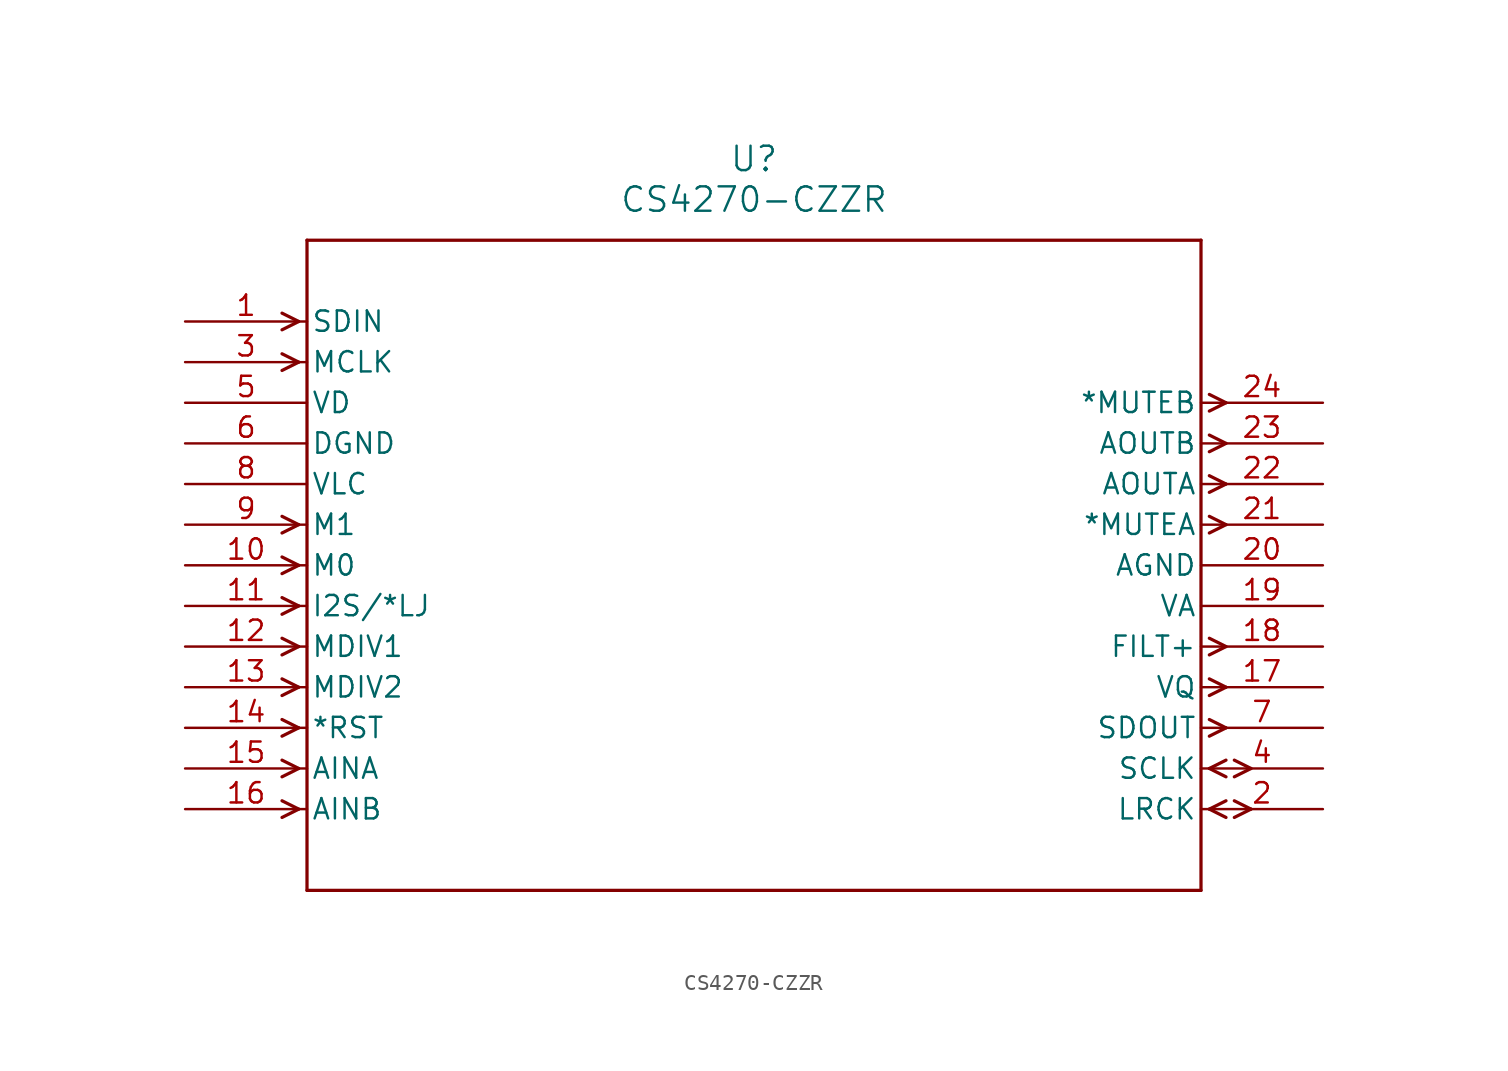
<source format=kicad_sym>
(kicad_symbol_lib
  (version 20211014)
  (generator kicad_symbol_editor)
  (symbol "CS4270-CZZR"
    (pin_names
      (offset 0.254))
    (property "Reference" "U"
      (at 35.56 10.16 0)
      (effects (font (size 1.524 1.524))))
    (property "Value" "CS4270-CZZR"
      (at 35.56 7.62 0)
      (effects (font (size 1.524 1.524))))
    (symbol "CS4270-CZZR_0_1"
      (polyline (pts (xy 7.099 0) (xy 6.058 0.521)) (stroke (width 0.203) (type default) (color 0 0 0 0)) (fill (type none)))
      (polyline (pts (xy 7.099 0) (xy 6.058 -0.521)) (stroke (width 0.203) (type default) (color 0 0 0 0)) (fill (type none)))
      (polyline (pts (xy 7.099 -2.54) (xy 6.058 -2.019)) (stroke (width 0.203) (type default) (color 0 0 0 0)) (fill (type none)))
      (polyline (pts (xy 7.099 -2.54) (xy 6.058 -3.061)) (stroke (width 0.203) (type default) (color 0 0 0 0)) (fill (type none)))
      (polyline (pts (xy 7.099 -12.7) (xy 6.058 -12.179)) (stroke (width 0.203) (type default) (color 0 0 0 0)) (fill (type none)))
      (polyline (pts (xy 7.099 -12.7) (xy 6.058 -13.221)) (stroke (width 0.203) (type default) (color 0 0 0 0)) (fill (type none)))
      (polyline (pts (xy 7.099 -15.24) (xy 6.058 -14.719)) (stroke (width 0.203) (type default) (color 0 0 0 0)) (fill (type none)))
      (polyline (pts (xy 7.099 -15.24) (xy 6.058 -15.761)) (stroke (width 0.203) (type default) (color 0 0 0 0)) (fill (type none)))
      (polyline (pts (xy 7.099 -17.78) (xy 6.058 -17.259)) (stroke (width 0.203) (type default) (color 0 0 0 0)) (fill (type none)))
      (polyline (pts (xy 7.099 -17.78) (xy 6.058 -18.301)) (stroke (width 0.203) (type default) (color 0 0 0 0)) (fill (type none)))
      (polyline (pts (xy 7.099 -20.32) (xy 6.058 -19.799)) (stroke (width 0.203) (type default) (color 0 0 0 0)) (fill (type none)))
      (polyline (pts (xy 7.099 -20.32) (xy 6.058 -20.841)) (stroke (width 0.203) (type default) (color 0 0 0 0)) (fill (type none)))
      (polyline (pts (xy 7.099 -22.86) (xy 6.058 -22.339)) (stroke (width 0.203) (type default) (color 0 0 0 0)) (fill (type none)))
      (polyline (pts (xy 7.099 -22.86) (xy 6.058 -23.381)) (stroke (width 0.203) (type default) (color 0 0 0 0)) (fill (type none)))
      (polyline (pts (xy 7.099 -25.4) (xy 6.058 -24.879)) (stroke (width 0.203) (type default) (color 0 0 0 0)) (fill (type none)))
      (polyline (pts (xy 7.099 -25.4) (xy 6.058 -25.921)) (stroke (width 0.203) (type default) (color 0 0 0 0)) (fill (type none)))
      (polyline (pts (xy 7.099 -27.94) (xy 6.058 -27.419)) (stroke (width 0.203) (type default) (color 0 0 0 0)) (fill (type none)))
      (polyline (pts (xy 7.099 -27.94) (xy 6.058 -28.461)) (stroke (width 0.203) (type default) (color 0 0 0 0)) (fill (type none)))
      (polyline (pts (xy 7.099 -30.48) (xy 6.058 -29.959)) (stroke (width 0.203) (type default) (color 0 0 0 0)) (fill (type none)))
      (polyline (pts (xy 7.099 -30.48) (xy 6.058 -31.001)) (stroke (width 0.203) (type default) (color 0 0 0 0)) (fill (type none)))
      (polyline (pts (xy 64.021 -30.48) (xy 65.062 -29.959)) (stroke (width 0.203) (type default) (color 0 0 0 0)) (fill (type none)))
      (polyline (pts (xy 64.021 -30.48) (xy 65.062 -31.001)) (stroke (width 0.203) (type default) (color 0 0 0 0)) (fill (type none)))
      (polyline (pts (xy 65.583 -29.959) (xy 66.624 -30.48)) (stroke (width 0.203) (type default) (color 0 0 0 0)) (fill (type none)))
      (polyline (pts (xy 65.583 -31.001) (xy 66.624 -30.48)) (stroke (width 0.203) (type default) (color 0 0 0 0)) (fill (type none)))
      (polyline (pts (xy 64.021 -27.94) (xy 65.062 -27.419)) (stroke (width 0.203) (type default) (color 0 0 0 0)) (fill (type none)))
      (polyline (pts (xy 64.021 -27.94) (xy 65.062 -28.461)) (stroke (width 0.203) (type default) (color 0 0 0 0)) (fill (type none)))
      (polyline (pts (xy 65.583 -27.419) (xy 66.624 -27.94)) (stroke (width 0.203) (type default) (color 0 0 0 0)) (fill (type none)))
      (polyline (pts (xy 65.583 -28.461) (xy 66.624 -27.94)) (stroke (width 0.203) (type default) (color 0 0 0 0)) (fill (type none)))
      (polyline (pts (xy 64.021 -24.879) (xy 65.062 -25.4)) (stroke (width 0.203) (type default) (color 0 0 0 0)) (fill (type none)))
      (polyline (pts (xy 64.021 -25.921) (xy 65.062 -25.4)) (stroke (width 0.203) (type default) (color 0 0 0 0)) (fill (type none)))
      (polyline (pts (xy 64.021 -22.339) (xy 65.062 -22.86)) (stroke (width 0.203) (type default) (color 0 0 0 0)) (fill (type none)))
      (polyline (pts (xy 64.021 -23.381) (xy 65.062 -22.86)) (stroke (width 0.203) (type default) (color 0 0 0 0)) (fill (type none)))
      (polyline (pts (xy 64.021 -19.799) (xy 65.062 -20.32)) (stroke (width 0.203) (type default) (color 0 0 0 0)) (fill (type none)))
      (polyline (pts (xy 64.021 -20.841) (xy 65.062 -20.32)) (stroke (width 0.203) (type default) (color 0 0 0 0)) (fill (type none)))
      (polyline (pts (xy 64.021 -12.179) (xy 65.062 -12.7)) (stroke (width 0.203) (type default) (color 0 0 0 0)) (fill (type none)))
      (polyline (pts (xy 64.021 -13.221) (xy 65.062 -12.7)) (stroke (width 0.203) (type default) (color 0 0 0 0)) (fill (type none)))
      (polyline (pts (xy 64.021 -9.639) (xy 65.062 -10.16)) (stroke (width 0.203) (type default) (color 0 0 0 0)) (fill (type none)))
      (polyline (pts (xy 64.021 -10.681) (xy 65.062 -10.16)) (stroke (width 0.203) (type default) (color 0 0 0 0)) (fill (type none)))
      (polyline (pts (xy 64.021 -7.099) (xy 65.062 -7.62)) (stroke (width 0.203) (type default) (color 0 0 0 0)) (fill (type none)))
      (polyline (pts (xy 64.021 -8.141) (xy 65.062 -7.62)) (stroke (width 0.203) (type default) (color 0 0 0 0)) (fill (type none)))
      (polyline (pts (xy 64.021 -4.559) (xy 65.062 -5.08)) (stroke (width 0.203) (type default) (color 0 0 0 0)) (fill (type none)))
      (polyline (pts (xy 64.021 -5.601) (xy 65.062 -5.08)) (stroke (width 0.203) (type default) (color 0 0 0 0)) (fill (type none)))
      (polyline (pts (xy 7.62 5.08) (xy 7.62 -35.56)) (stroke (width 0.203) (type default) (color 0 0 0 0)) (fill (type none)))
      (polyline (pts (xy 7.62 -35.56) (xy 63.5 -35.56)) (stroke (width 0.203) (type default) (color 0 0 0 0)) (fill (type none)))
      (polyline (pts (xy 63.5 -35.56) (xy 63.5 5.08)) (stroke (width 0.203) (type default) (color 0 0 0 0)) (fill (type none)))
      (polyline (pts (xy 63.5 5.08) (xy 7.62 5.08)) (stroke (width 0.203) (type default) (color 0 0 0 0)) (fill (type none)))
      (pin input line (at 0 0 0) (length 7.62) (name "SDIN" (effects (font (size 1.27 1.27)))) (number "1" (effects (font (size 1.27 1.27)))))
      (pin bidirectional line (at 71.12 -30.48 180) (length 7.62) (name "LRCK" (effects (font (size 1.27 1.27)))) (number "2" (effects (font (size 1.27 1.27)))))
      (pin input line (at 0 -2.54 0) (length 7.62) (name "MCLK" (effects (font (size 1.27 1.27)))) (number "3" (effects (font (size 1.27 1.27)))))
      (pin bidirectional line (at 71.12 -27.94 180) (length 7.62) (name "SCLK" (effects (font (size 1.27 1.27)))) (number "4" (effects (font (size 1.27 1.27)))))
      (pin power_in line (at 0 -5.08 0) (length 7.62) (name "VD" (effects (font (size 1.27 1.27)))) (number "5" (effects (font (size 1.27 1.27)))))
      (pin power_in line (at 0 -7.62 0) (length 7.62) (name "DGND" (effects (font (size 1.27 1.27)))) (number "6" (effects (font (size 1.27 1.27)))))
      (pin output line (at 71.12 -25.4 180) (length 7.62) (name "SDOUT" (effects (font (size 1.27 1.27)))) (number "7" (effects (font (size 1.27 1.27)))))
      (pin power_in line (at 0 -10.16 0) (length 7.62) (name "VLC" (effects (font (size 1.27 1.27)))) (number "8" (effects (font (size 1.27 1.27)))))
      (pin input line (at 0 -12.7 0) (length 7.62) (name "M1" (effects (font (size 1.27 1.27)))) (number "9" (effects (font (size 1.27 1.27)))))
      (pin input line (at 0 -15.24 0) (length 7.62) (name "M0" (effects (font (size 1.27 1.27)))) (number "10" (effects (font (size 1.27 1.27)))))
      (pin input line (at 0 -17.78 0) (length 7.62) (name "I2S/*LJ" (effects (font (size 1.27 1.27)))) (number "11" (effects (font (size 1.27 1.27)))))
      (pin input line (at 0 -20.32 0) (length 7.62) (name "MDIV1" (effects (font (size 1.27 1.27)))) (number "12" (effects (font (size 1.27 1.27)))))
      (pin input line (at 0 -22.86 0) (length 7.62) (name "MDIV2" (effects (font (size 1.27 1.27)))) (number "13" (effects (font (size 1.27 1.27)))))
      (pin input line (at 0 -25.4 0) (length 7.62) (name "*RST" (effects (font (size 1.27 1.27)))) (number "14" (effects (font (size 1.27 1.27)))))
      (pin input line (at 0 -27.94 0) (length 7.62) (name "AINA" (effects (font (size 1.27 1.27)))) (number "15" (effects (font (size 1.27 1.27)))))
      (pin input line (at 0 -30.48 0) (length 7.62) (name "AINB" (effects (font (size 1.27 1.27)))) (number "16" (effects (font (size 1.27 1.27)))))
      (pin output line (at 71.12 -22.86 180) (length 7.62) (name "VQ" (effects (font (size 1.27 1.27)))) (number "17" (effects (font (size 1.27 1.27)))))
      (pin output line (at 71.12 -20.32 180) (length 7.62) (name "FILT+" (effects (font (size 1.27 1.27)))) (number "18" (effects (font (size 1.27 1.27)))))
      (pin power_in line (at 71.12 -17.78 180) (length 7.62) (name "VA" (effects (font (size 1.27 1.27)))) (number "19" (effects (font (size 1.27 1.27)))))
      (pin power_in line (at 71.12 -15.24 180) (length 7.62) (name "AGND" (effects (font (size 1.27 1.27)))) (number "20" (effects (font (size 1.27 1.27)))))
      (pin output line (at 71.12 -12.7 180) (length 7.62) (name "*MUTEA" (effects (font (size 1.27 1.27)))) (number "21" (effects (font (size 1.27 1.27)))))
      (pin output line (at 71.12 -10.16 180) (length 7.62) (name "AOUTA" (effects (font (size 1.27 1.27)))) (number "22" (effects (font (size 1.27 1.27)))))
      (pin output line (at 71.12 -7.62 180) (length 7.62) (name "AOUTB" (effects (font (size 1.27 1.27)))) (number "23" (effects (font (size 1.27 1.27)))))
      (pin output line (at 71.12 -5.08 180) (length 7.62) (name "*MUTEB" (effects (font (size 1.27 1.27)))) (number "24" (effects (font (size 1.27 1.27))))))))
</source>
